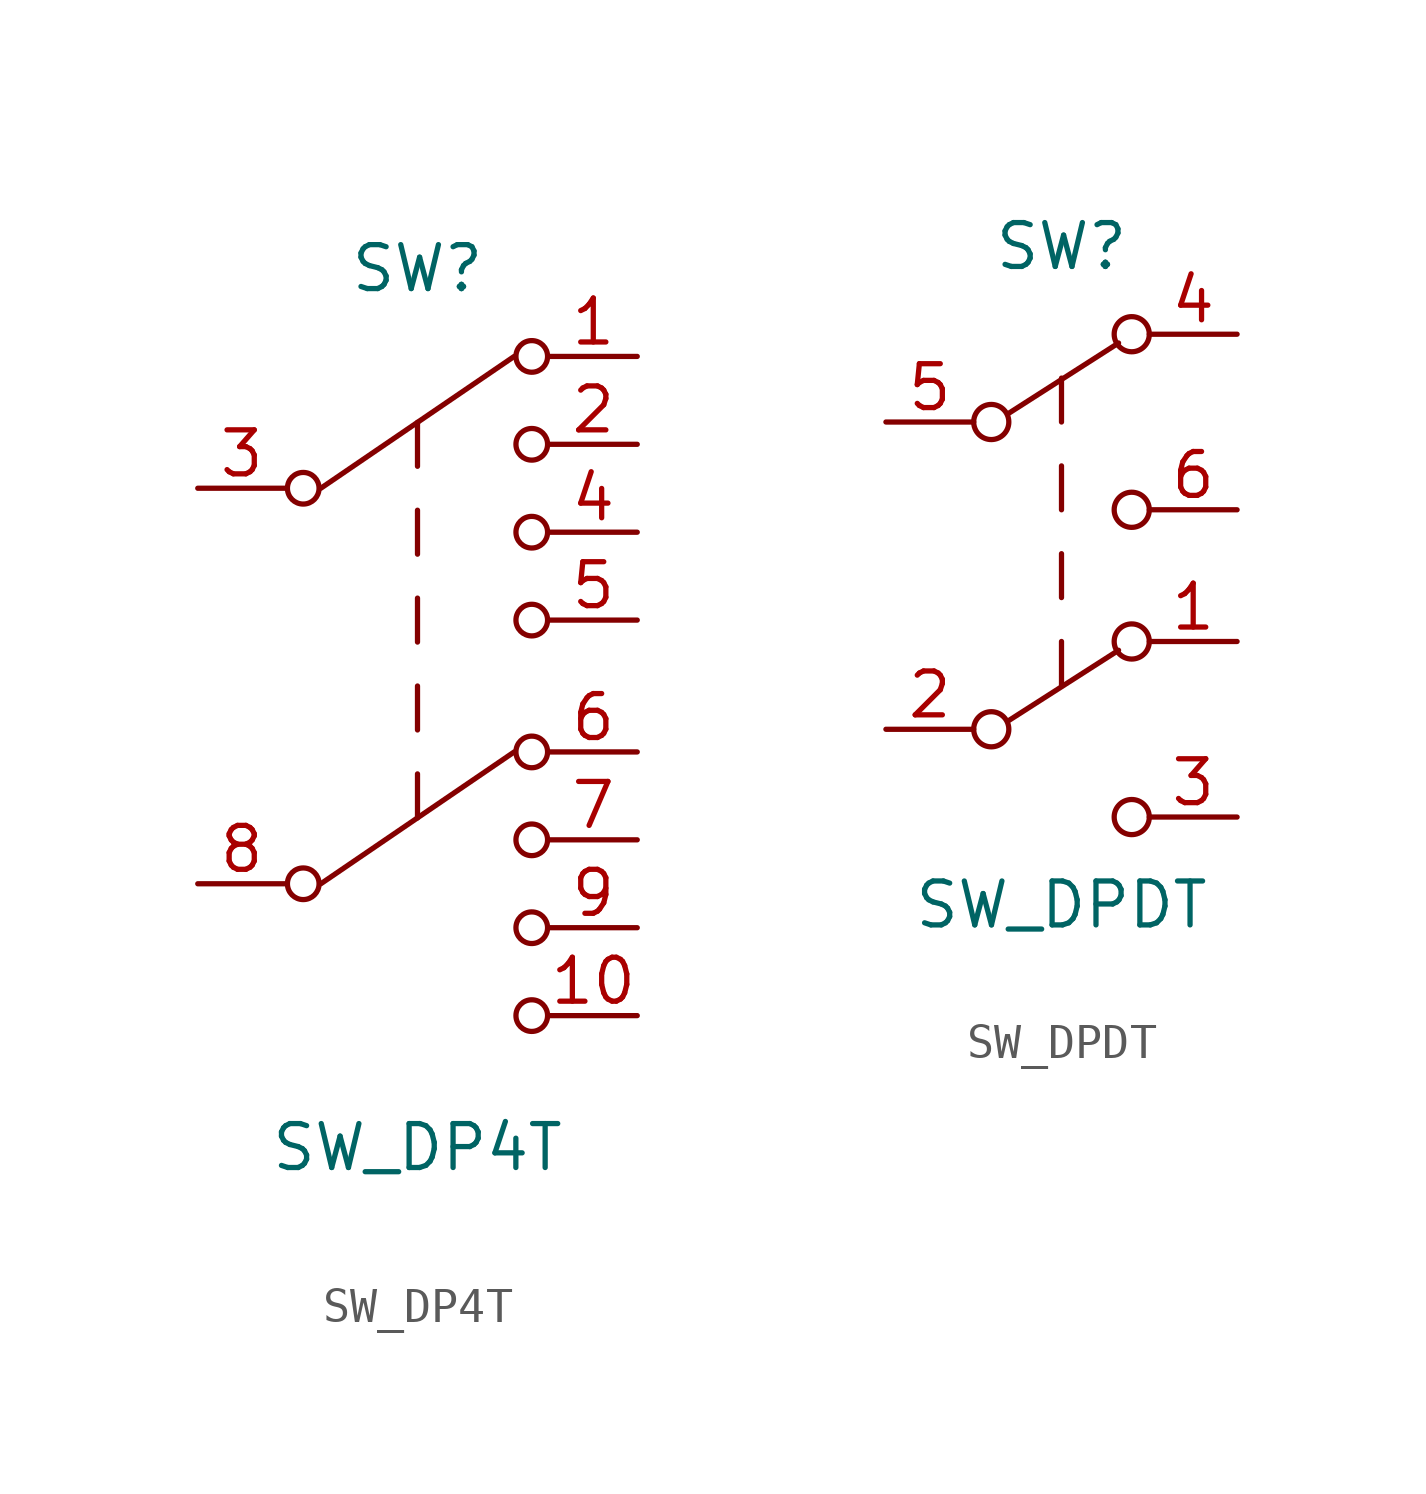
<source format=kicad_sym>
(kicad_symbol_lib
  (version 20220914)
  (generator kicad_symbol_editor)
  (symbol "SW_DP4T"
    (pin_names
      (offset 0) hide)
    (property "Reference" "SW"
      (at 0 6.35 0)
      (effects (font (size 1.27 1.27))))
    (property "Value" "SW_DP4T"
      (at 0 -19.05 0)
      (effects (font (size 1.27 1.27))))
    (symbol "SW_DP4T_0_1"
      (polyline (pts (xy -2.794 0) (xy 2.794 3.81)) (stroke (width 0) (type solid)) (fill (type none)))
      (polyline (pts (xy 0 -9.525) (xy 0 -8.255)) (stroke (width 0) (type solid)) (fill (type none)))
      (polyline (pts (xy 0 -6.985) (xy 0 -5.715)) (stroke (width 0) (type solid)) (fill (type none)))
      (polyline (pts (xy 0 -4.445) (xy 0 -3.175)) (stroke (width 0) (type solid)) (fill (type none)))
      (polyline (pts (xy 0 -1.905) (xy 0 -0.635)) (stroke (width 0) (type solid)) (fill (type none)))
      (polyline (pts (xy 0 0.635) (xy 0 1.905)) (stroke (width 0) (type solid)) (fill (type none))))
    (symbol "SW_DP4T_1_1"
      (circle (center -3.302 -11.43) (radius 0.457) (stroke (width 0) (type solid)) (fill (type none)))
      (circle (center -3.302 0) (radius 0.457) (stroke (width 0) (type solid)) (fill (type none)))
      (polyline (pts (xy -2.794 -11.43) (xy 2.794 -7.62)) (stroke (width 0) (type solid)) (fill (type none)))
      (circle (center 3.302 -15.24) (radius 0.457) (stroke (width 0) (type solid)) (fill (type none)))
      (circle (center 3.302 -12.7) (radius 0.457) (stroke (width 0) (type solid)) (fill (type none)))
      (circle (center 3.302 -10.16) (radius 0.457) (stroke (width 0) (type solid)) (fill (type none)))
      (circle (center 3.302 -7.62) (radius 0.457) (stroke (width 0) (type solid)) (fill (type none)))
      (circle (center 3.302 -3.81) (radius 0.457) (stroke (width 0) (type solid)) (fill (type none)))
      (circle (center 3.302 -1.27) (radius 0.457) (stroke (width 0) (type solid)) (fill (type none)))
      (circle (center 3.302 1.27) (radius 0.457) (stroke (width 0) (type solid)) (fill (type none)))
      (circle (center 3.302 3.81) (radius 0.457) (stroke (width 0) (type solid)) (fill (type none)))
      (pin passive line (at 6.35 3.81 180) (length 2.54) (name "1" (effects (font (size 1.27 1.27)))) (number "1" (effects (font (size 1.27 1.27)))))
      (pin passive line (at 6.35 -15.24 180) (length 2.54) (name "10" (effects (font (size 1.27 1.27)))) (number "10" (effects (font (size 1.27 1.27)))))
      (pin passive line (at 6.35 1.27 180) (length 2.54) (name "2" (effects (font (size 1.27 1.27)))) (number "2" (effects (font (size 1.27 1.27)))))
      (pin passive line (at -6.35 0 0) (length 2.54) (name "3" (effects (font (size 1.27 1.27)))) (number "3" (effects (font (size 1.27 1.27)))))
      (pin passive line (at 6.35 -1.27 180) (length 2.54) (name "4" (effects (font (size 1.27 1.27)))) (number "4" (effects (font (size 1.27 1.27)))))
      (pin passive line (at 6.35 -3.81 180) (length 2.54) (name "5" (effects (font (size 1.27 1.27)))) (number "5" (effects (font (size 1.27 1.27)))))
      (pin passive line (at 6.35 -7.62 180) (length 2.54) (name "6" (effects (font (size 1.27 1.27)))) (number "6" (effects (font (size 1.27 1.27)))))
      (pin passive line (at 6.35 -10.16 180) (length 2.54) (name "7" (effects (font (size 1.27 1.27)))) (number "7" (effects (font (size 1.27 1.27)))))
      (pin passive line (at -6.35 -11.43 0) (length 2.54) (name "8" (effects (font (size 1.27 1.27)))) (number "8" (effects (font (size 1.27 1.27)))))
      (pin passive line (at 6.35 -12.7 180) (length 2.54) (name "9" (effects (font (size 1.27 1.27)))) (number "9" (effects (font (size 1.27 1.27)))))))
  (symbol "SW_DPDT"
    (pin_names
      (offset 0) hide)
    (property "Reference" "SW"
      (at 0 13.97 0)
      (effects (font (size 1.27 1.27))))
    (property "Value" "SW_DPDT"
      (at 0 -5.08 0)
      (effects (font (size 1.27 1.27))))
    (symbol "SW_DPDT_0_0"
      (circle (center -2.032 0) (radius 0.508) (stroke (width 0) (type solid)) (fill (type none)))
      (circle (center 2.032 -2.54) (radius 0.508) (stroke (width 0) (type solid)) (fill (type none))))
    (symbol "SW_DPDT_0_1"
      (polyline (pts (xy -1.524 0.254) (xy 1.651 2.286)) (stroke (width 0) (type solid)) (fill (type none)))
      (polyline (pts (xy 0 1.27) (xy 0 2.54)) (stroke (width 0) (type solid)) (fill (type none)))
      (polyline (pts (xy 0 3.81) (xy 0 5.08)) (stroke (width 0) (type solid)) (fill (type none)))
      (polyline (pts (xy 0 6.35) (xy 0 7.62)) (stroke (width 0) (type solid)) (fill (type none)))
      (polyline (pts (xy 0 8.89) (xy 0 10.16)) (stroke (width 0) (type solid)) (fill (type none)))
      (circle (center 2.032 2.54) (radius 0.508) (stroke (width 0) (type solid)) (fill (type none))))
    (symbol "SW_DPDT_1_1"
      (circle (center -2.032 8.89) (radius 0.508) (stroke (width 0) (type solid)) (fill (type none)))
      (polyline (pts (xy -1.524 9.144) (xy 1.651 11.176)) (stroke (width 0) (type solid)) (fill (type none)))
      (circle (center 2.032 6.35) (radius 0.508) (stroke (width 0) (type solid)) (fill (type none)))
      (circle (center 2.032 11.43) (radius 0.508) (stroke (width 0) (type solid)) (fill (type none)))
      (pin passive line (at 5.08 2.54 180) (length 2.54) (name "1" (effects (font (size 1.27 1.27)))) (number "1" (effects (font (size 1.27 1.27)))))
      (pin passive line (at -5.08 0 0) (length 2.54) (name "2" (effects (font (size 1.27 1.27)))) (number "2" (effects (font (size 1.27 1.27)))))
      (pin passive line (at 5.08 -2.54 180) (length 2.54) (name "3" (effects (font (size 1.27 1.27)))) (number "3" (effects (font (size 1.27 1.27)))))
      (pin passive line (at 5.08 11.43 180) (length 2.54) (name "4" (effects (font (size 1.27 1.27)))) (number "4" (effects (font (size 1.27 1.27)))))
      (pin passive line (at -5.08 8.89 0) (length 2.54) (name "5" (effects (font (size 1.27 1.27)))) (number "5" (effects (font (size 1.27 1.27)))))
      (pin passive line (at 5.08 6.35 180) (length 2.54) (name "6" (effects (font (size 1.27 1.27)))) (number "6" (effects (font (size 1.27 1.27))))))))
</source>
